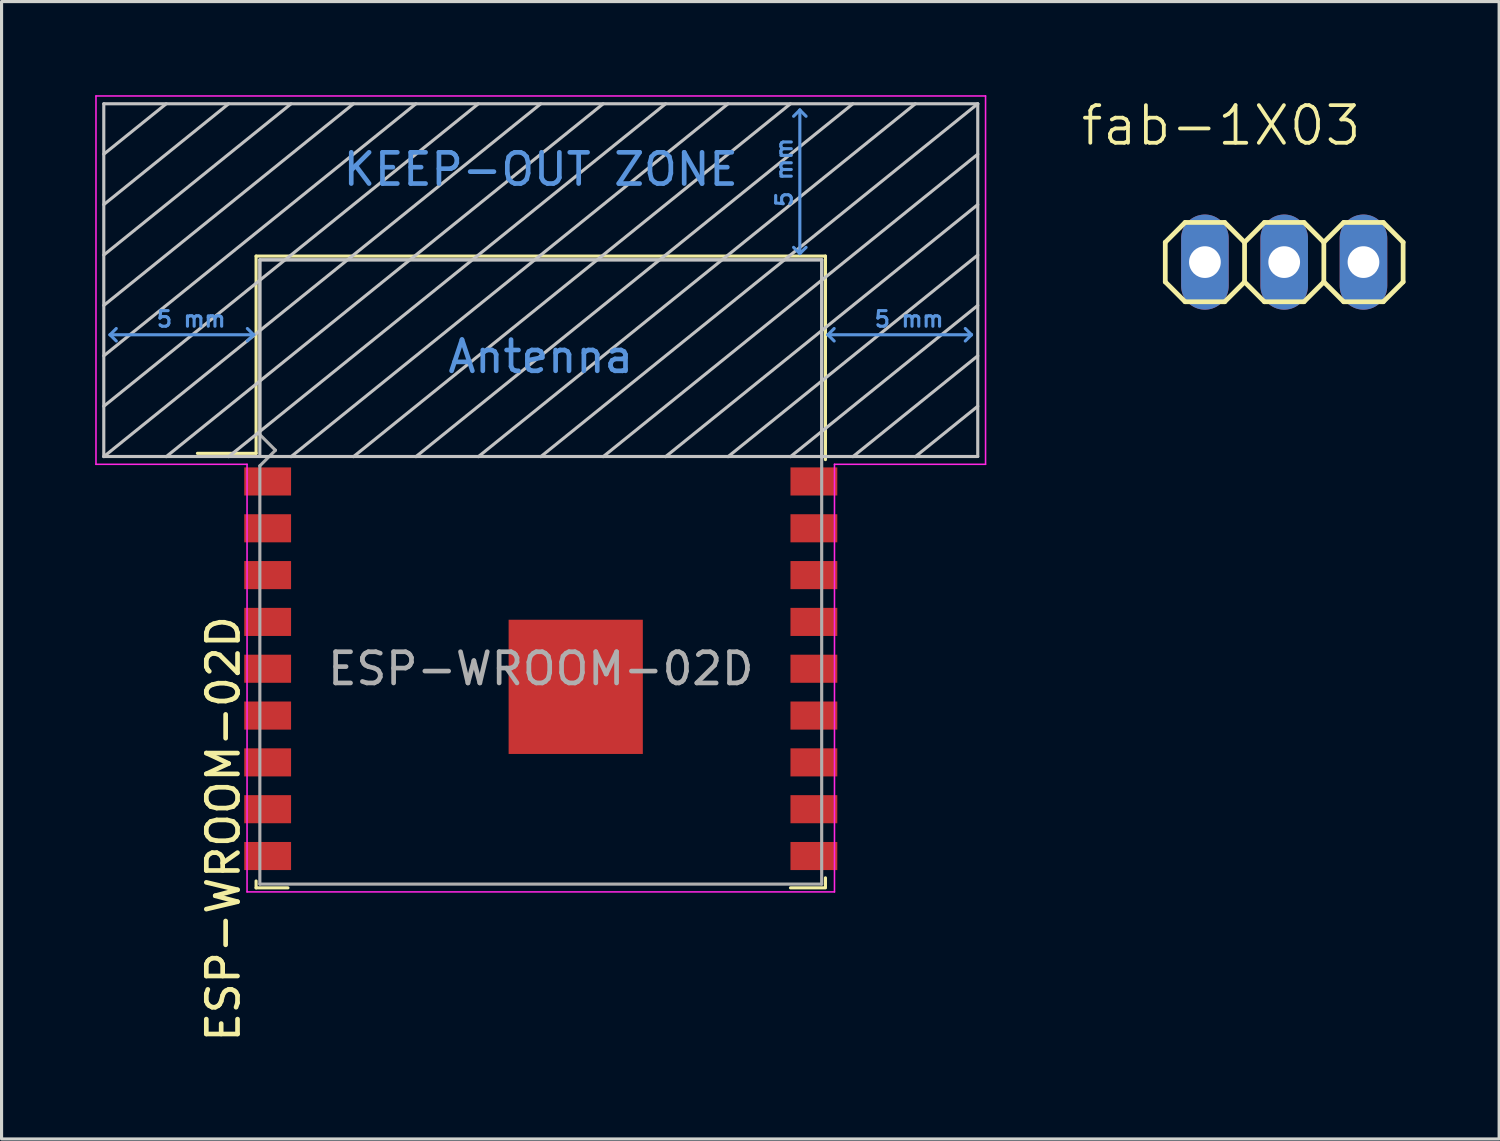
<source format=kicad_pcb>
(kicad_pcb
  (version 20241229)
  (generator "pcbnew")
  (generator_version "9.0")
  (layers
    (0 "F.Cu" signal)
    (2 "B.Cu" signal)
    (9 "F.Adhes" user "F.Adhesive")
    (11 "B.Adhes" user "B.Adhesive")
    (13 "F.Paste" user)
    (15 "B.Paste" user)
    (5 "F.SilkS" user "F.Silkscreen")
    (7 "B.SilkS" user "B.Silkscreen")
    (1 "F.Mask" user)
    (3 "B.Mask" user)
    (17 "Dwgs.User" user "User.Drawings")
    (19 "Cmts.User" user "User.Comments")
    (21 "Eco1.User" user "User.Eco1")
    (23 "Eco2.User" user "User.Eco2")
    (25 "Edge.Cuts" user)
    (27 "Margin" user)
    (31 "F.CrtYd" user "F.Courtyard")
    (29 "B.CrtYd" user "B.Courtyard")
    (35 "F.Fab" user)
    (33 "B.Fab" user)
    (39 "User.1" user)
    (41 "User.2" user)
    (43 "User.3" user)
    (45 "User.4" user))
  (footprint "fab-1X03"
    (layer "F.Cu")
    (at 38.093 5.347)
    (property "Reference" "fab-1X03" (at 2.54 -5.08 180) (layer "F.SilkS") (effects (font (size 1.206 1.206) (thickness 0.121)) (justify right top)))
    (attr through_hole)
    (fp_line (start -3.81 -0.635) (end -3.81 0.635) (stroke (width 0.152) (type solid)) (layer "F.SilkS"))
    (fp_line (start -3.81 0.635) (end -3.175 1.27) (stroke (width 0.152) (type solid)) (layer "F.SilkS"))
    (fp_line (start -3.175 -1.27) (end -3.81 -0.635) (stroke (width 0.152) (type solid)) (layer "F.SilkS"))
    (fp_line (start -3.175 -1.27) (end -1.905 -1.27) (stroke (width 0.152) (type solid)) (layer "F.SilkS"))
    (fp_line (start -1.905 -1.27) (end -1.27 -0.635) (stroke (width 0.152) (type solid)) (layer "F.SilkS"))
    (fp_line (start -1.905 1.27) (end -3.175 1.27) (stroke (width 0.152) (type solid)) (layer "F.SilkS"))
    (fp_line (start -1.27 -0.635) (end -1.27 0.635) (stroke (width 0.152) (type solid)) (layer "F.SilkS"))
    (fp_line (start -1.27 -0.635) (end -0.635 -1.27) (stroke (width 0.152) (type solid)) (layer "F.SilkS"))
    (fp_line (start -1.27 0.635) (end -1.905 1.27) (stroke (width 0.152) (type solid)) (layer "F.SilkS"))
    (fp_line (start -0.635 -1.27) (end 0.635 -1.27) (stroke (width 0.152) (type solid)) (layer "F.SilkS"))
    (fp_line (start -0.635 1.27) (end -1.27 0.635) (stroke (width 0.152) (type solid)) (layer "F.SilkS"))
    (fp_line (start 0.635 -1.27) (end 1.27 -0.635) (stroke (width 0.152) (type solid)) (layer "F.SilkS"))
    (fp_line (start 0.635 1.27) (end -0.635 1.27) (stroke (width 0.152) (type solid)) (layer "F.SilkS"))
    (fp_line (start 1.27 -0.635) (end 1.27 0.635) (stroke (width 0.152) (type solid)) (layer "F.SilkS"))
    (fp_line (start 1.27 -0.635) (end 1.905 -1.27) (stroke (width 0.152) (type solid)) (layer "F.SilkS"))
    (fp_line (start 1.27 0.635) (end 0.635 1.27) (stroke (width 0.152) (type solid)) (layer "F.SilkS"))
    (fp_line (start 1.905 -1.27) (end 3.175 -1.27) (stroke (width 0.152) (type solid)) (layer "F.SilkS"))
    (fp_line (start 1.905 1.27) (end 1.27 0.635) (stroke (width 0.152) (type solid)) (layer "F.SilkS"))
    (fp_line (start 3.175 -1.27) (end 3.81 -0.635) (stroke (width 0.152) (type solid)) (layer "F.SilkS"))
    (fp_line (start 3.175 1.27) (end 1.905 1.27) (stroke (width 0.152) (type solid)) (layer "F.SilkS"))
    (fp_line (start 3.81 -0.635) (end 3.81 0.635) (stroke (width 0.152) (type solid)) (layer "F.SilkS"))
    (fp_line (start 3.81 0.635) (end 3.175 1.27) (stroke (width 0.152) (type solid)) (layer "F.SilkS"))
    (fp_poly (pts (xy -2.794 0.254) (xy -2.286 0.254) (xy -2.286 -0.254) (xy -2.794 -0.254)) (stroke (width 0.1) (type solid)) (fill no) (layer "F.Fab"))
    (fp_poly (pts (xy -0.254 0.254) (xy 0.254 0.254) (xy 0.254 -0.254) (xy -0.254 -0.254)) (stroke (width 0.1) (type solid)) (fill no) (layer "F.Fab"))
    (fp_poly (pts (xy 2.286 0.254) (xy 2.794 0.254) (xy 2.794 -0.254) (xy 2.286 -0.254)) (stroke (width 0.1) (type solid)) (fill no) (layer "F.Fab"))
    (pad "1" thru_hole oval (at -2.54 0 90) (size 3.048 1.524) (drill 1.016) (layers "*.Cu" "*.Mask"))
    (pad "2" thru_hole oval (at 0 0 90) (size 3.048 1.524) (drill 1.016) (layers "*.Cu" "*.Mask"))
    (pad "3" thru_hole oval (at 2.54 0 90) (size 3.048 1.524) (drill 1.016) (layers "*.Cu" "*.Mask")))
  (footprint "ESP-WROOM-02D"
    (layer "F.Cu")
    (at 14.275 18.375)
    (property "Reference" "ESP-WROOM-02D" (at -10.17 5.13 90) (layer "F.SilkS") (effects (font (size 1 1) (thickness 0.15))))
    (attr smd)
    (fp_line (start -9.12 -13.22) (end -9.12 -6.9) (stroke (width 0.1) (type solid)) (layer "F.SilkS"))
    (fp_line (start -9.12 -13.22) (end 9.12 -13.22) (stroke (width 0.1) (type solid)) (layer "F.SilkS"))
    (fp_line (start -9.12 -6.9) (end -11 -6.9) (stroke (width 0.1) (type solid)) (layer "F.SilkS"))
    (fp_line (start -9.12 6.8) (end -9.12 7.02) (stroke (width 0.1) (type solid)) (layer "F.SilkS"))
    (fp_line (start -9.12 7.02) (end -8.1 7.02) (stroke (width 0.1) (type solid)) (layer "F.SilkS"))
    (fp_line (start 8 7.02) (end 9.12 7.02) (stroke (width 0.1) (type solid)) (layer "F.SilkS"))
    (fp_line (start 9.12 -13.22) (end 9.12 -6.7) (stroke (width 0.1) (type solid)) (layer "F.SilkS"))
    (fp_line (start 9.12 6.7) (end 9.12 7) (stroke (width 0.1) (type solid)) (layer "F.SilkS"))
    (fp_line (start -14 -6.8) (end -14 -18.1) (stroke (width 0.1) (type solid)) (layer "Dwgs.User"))
    (fp_line (start -12 -18.1) (end -14 -16.485) (stroke (width 0.1) (type solid)) (layer "Dwgs.User"))
    (fp_line (start -10 -18.1) (end -14 -14.87) (stroke (width 0.1) (type solid)) (layer "Dwgs.User"))
    (fp_line (start -9 -13.1) (end 9 -13.1) (stroke (width 0.1) (type solid)) (layer "Dwgs.User"))
    (fp_line (start -9 -6.8) (end -9 -13.1) (stroke (width 0.1) (type solid)) (layer "Dwgs.User"))
    (fp_line (start -8 -18.1) (end -14 -13.255) (stroke (width 0.1) (type solid)) (layer "Dwgs.User"))
    (fp_line (start -8 -6.795) (end 6 -18.1) (stroke (width 0.1) (type solid)) (layer "Dwgs.User"))
    (fp_line (start -6 -18.1) (end -14 -11.64) (stroke (width 0.1) (type solid)) (layer "Dwgs.User"))
    (fp_line (start -4 -18.1) (end -14 -10.025) (stroke (width 0.1) (type solid)) (layer "Dwgs.User"))
    (fp_line (start -2 -18.1) (end -14 -8.41) (stroke (width 0.1) (type solid)) (layer "Dwgs.User"))
    (fp_line (start 0 -18.1) (end -14 -6.795) (stroke (width 0.1) (type solid)) (layer "Dwgs.User"))
    (fp_line (start 2 -18.1) (end -12 -6.795) (stroke (width 0.1) (type solid)) (layer "Dwgs.User"))
    (fp_line (start 4 -18.1) (end -10 -6.795) (stroke (width 0.1) (type solid)) (layer "Dwgs.User"))
    (fp_line (start 8 -18.1) (end -6 -6.795) (stroke (width 0.1) (type solid)) (layer "Dwgs.User"))
    (fp_line (start 9 -13.1) (end 9 -6.78) (stroke (width 0.1) (type solid)) (layer "Dwgs.User"))
    (fp_line (start 10 -18.1) (end -4 -6.795) (stroke (width 0.1) (type solid)) (layer "Dwgs.User"))
    (fp_line (start 12 -18.1) (end -2 -6.795) (stroke (width 0.1) (type solid)) (layer "Dwgs.User"))
    (fp_line (start 14 -18.1) (end -14 -18.1) (stroke (width 0.1) (type solid)) (layer "Dwgs.User"))
    (fp_line (start 14 -18.1) (end 0 -6.795) (stroke (width 0.1) (type solid)) (layer "Dwgs.User"))
    (fp_line (start 14 -16.485) (end 2 -6.795) (stroke (width 0.1) (type solid)) (layer "Dwgs.User"))
    (fp_line (start 14 -14.87) (end 4 -6.795) (stroke (width 0.1) (type solid)) (layer "Dwgs.User"))
    (fp_line (start 14 -13.255) (end 6 -6.795) (stroke (width 0.1) (type solid)) (layer "Dwgs.User"))
    (fp_line (start 14 -11.64) (end 8 -6.795) (stroke (width 0.1) (type solid)) (layer "Dwgs.User"))
    (fp_line (start 14 -10.025) (end 10 -6.795) (stroke (width 0.1) (type solid)) (layer "Dwgs.User"))
    (fp_line (start 14 -8.41) (end 12 -6.795) (stroke (width 0.1) (type solid)) (layer "Dwgs.User"))
    (fp_line (start 14 -6.8) (end -14 -6.8) (stroke (width 0.1) (type solid)) (layer "Dwgs.User"))
    (fp_line (start 14 -6.8) (end 14 -18.1) (stroke (width 0.1) (type solid)) (layer "Dwgs.User"))
    (fp_line (start -13.8 -10.7) (end -13.6 -10.9) (stroke (width 0.1) (type solid)) (layer "Cmts.User"))
    (fp_line (start -13.8 -10.7) (end -13.6 -10.5) (stroke (width 0.1) (type solid)) (layer "Cmts.User"))
    (fp_line (start -13.8 -10.7) (end -9.2 -10.7) (stroke (width 0.1) (type solid)) (layer "Cmts.User"))
    (fp_line (start -9.2 -10.7) (end -9.4 -10.9) (stroke (width 0.1) (type solid)) (layer "Cmts.User"))
    (fp_line (start -9.2 -10.7) (end -9.4 -10.5) (stroke (width 0.1) (type solid)) (layer "Cmts.User"))
    (fp_line (start 8.3 -17.9) (end 8.1 -17.7) (stroke (width 0.1) (type solid)) (layer "Cmts.User"))
    (fp_line (start 8.3 -17.9) (end 8.5 -17.7) (stroke (width 0.1) (type solid)) (layer "Cmts.User"))
    (fp_line (start 8.3 -13.3) (end 8.1 -13.5) (stroke (width 0.1) (type solid)) (layer "Cmts.User"))
    (fp_line (start 8.3 -13.3) (end 8.3 -17.9) (stroke (width 0.1) (type solid)) (layer "Cmts.User"))
    (fp_line (start 8.3 -13.3) (end 8.5 -13.5) (stroke (width 0.1) (type solid)) (layer "Cmts.User"))
    (fp_line (start 9.2 -10.7) (end 9.4 -10.9) (stroke (width 0.1) (type solid)) (layer "Cmts.User"))
    (fp_line (start 9.2 -10.7) (end 9.4 -10.5) (stroke (width 0.1) (type solid)) (layer "Cmts.User"))
    (fp_line (start 9.2 -10.7) (end 13.8 -10.7) (stroke (width 0.1) (type solid)) (layer "Cmts.User"))
    (fp_line (start 13.8 -10.7) (end 13.6 -10.9) (stroke (width 0.1) (type solid)) (layer "Cmts.User"))
    (fp_line (start 13.8 -10.7) (end 13.6 -10.5) (stroke (width 0.1) (type solid)) (layer "Cmts.User"))
    (fp_line (start -14.25 -18.35) (end -14.25 -6.55) (stroke (width 0.05) (type solid)) (layer "F.CrtYd"))
    (fp_line (start -14.25 -18.35) (end 14.25 -18.35) (stroke (width 0.05) (type solid)) (layer "F.CrtYd"))
    (fp_line (start -14.25 -6.55) (end -9.41 -6.55) (stroke (width 0.05) (type solid)) (layer "F.CrtYd"))
    (fp_line (start -9.41 7.15) (end -9.41 -6.55) (stroke (width 0.05) (type solid)) (layer "F.CrtYd"))
    (fp_line (start -9.41 7.15) (end 9.41 7.15) (stroke (width 0.05) (type solid)) (layer "F.CrtYd"))
    (fp_line (start 9.41 -6.55) (end 9.41 7.15) (stroke (width 0.05) (type solid)) (layer "F.CrtYd"))
    (fp_line (start 9.41 -6.55) (end 14.25 -6.55) (stroke (width 0.05) (type solid)) (layer "F.CrtYd"))
    (fp_line (start 14.25 -18.35) (end 14.25 -6.55) (stroke (width 0.05) (type solid)) (layer "F.CrtYd"))
    (fp_line (start -9 -13.1) (end -9 -7.5) (stroke (width 0.1) (type solid)) (layer "F.Fab"))
    (fp_line (start -9 -13.1) (end 9 -13.1) (stroke (width 0.1) (type solid)) (layer "F.Fab"))
    (fp_line (start -9 -7.5) (end -8.5 -7) (stroke (width 0.1) (type solid)) (layer "F.Fab"))
    (fp_line (start -9 -6.5) (end -9 6.9) (stroke (width 0.1) (type solid)) (layer "F.Fab"))
    (fp_line (start -9 6.9) (end 9 6.9) (stroke (width 0.1) (type solid)) (layer "F.Fab"))
    (fp_line (start -8.5 -7) (end -9 -6.5) (stroke (width 0.1) (type solid)) (layer "F.Fab"))
    (fp_line (start 9 6.9) (end 9 -13.1) (stroke (width 0.1) (type solid)) (layer "F.Fab"))
    (fp_text user "Antenna" (at 0 -10 0) (layer "Cmts.User") (effects (font (size 1 1) (thickness 0.15))))
    (fp_text user "5 mm" (at 7.8 -15.9 90) (layer "Cmts.User") (effects (font (size 0.5 0.5) (thickness 0.1))))
    (fp_text user "KEEP-OUT ZONE" (at 0 -16 0) (layer "Cmts.User") (effects (font (size 1 1) (thickness 0.15))))
    (fp_text user "5 mm" (at 11.8 -11.2 0) (layer "Cmts.User") (effects (font (size 0.5 0.5) (thickness 0.1))))
    (fp_text user "5 mm" (at -11.2 -11.2 0) (layer "Cmts.User") (effects (font (size 0.5 0.5) (thickness 0.1))))
    (fp_text user "${REFERENCE}" (at 0 0 0) (layer "F.Fab") (effects (font (size 1 1) (thickness 0.15))))
    (pad "1" smd rect (at -8.75 -6) (size 1.5 0.9) (layers "F.Cu" "F.Mask" "F.Paste"))
    (pad "2" smd rect (at -8.75 -4.5) (size 1.5 0.9) (layers "F.Cu" "F.Mask" "F.Paste"))
    (pad "3" smd rect (at -8.75 -3) (size 1.5 0.9) (layers "F.Cu" "F.Mask" "F.Paste"))
    (pad "4" smd rect (at -8.75 -1.5) (size 1.5 0.9) (layers "F.Cu" "F.Mask" "F.Paste"))
    (pad "5" smd rect (at -8.75 0) (size 1.5 0.9) (layers "F.Cu" "F.Mask" "F.Paste"))
    (pad "6" smd rect (at -8.75 1.5) (size 1.5 0.9) (layers "F.Cu" "F.Mask" "F.Paste"))
    (pad "7" smd rect (at -8.75 3) (size 1.5 0.9) (layers "F.Cu" "F.Mask" "F.Paste"))
    (pad "8" smd rect (at -8.75 4.5) (size 1.5 0.9) (layers "F.Cu" "F.Mask" "F.Paste"))
    (pad "9" smd rect (at -8.75 6) (size 1.5 0.9) (layers "F.Cu" "F.Mask" "F.Paste"))
    (pad "10" smd rect (at 8.75 6) (size 1.5 0.9) (layers "F.Cu" "F.Mask" "F.Paste"))
    (pad "11" smd rect (at 8.75 4.5) (size 1.5 0.9) (layers "F.Cu" "F.Mask" "F.Paste"))
    (pad "12" smd rect (at 8.75 3) (size 1.5 0.9) (layers "F.Cu" "F.Mask" "F.Paste"))
    (pad "13" smd rect (at 8.75 1.5) (size 1.5 0.9) (layers "F.Cu" "F.Mask" "F.Paste"))
    (pad "14" smd rect (at 8.75 0) (size 1.5 0.9) (layers "F.Cu" "F.Mask" "F.Paste"))
    (pad "15" smd rect (at 8.75 -1.5) (size 1.5 0.9) (layers "F.Cu" "F.Mask" "F.Paste"))
    (pad "16" smd rect (at 8.75 -3) (size 1.5 0.9) (layers "F.Cu" "F.Mask" "F.Paste"))
    (pad "17" smd rect (at 8.75 -4.5) (size 1.5 0.9) (layers "F.Cu" "F.Mask" "F.Paste"))
    (pad "18" smd rect (at 8.75 -6) (size 1.5 0.9) (layers "F.Cu" "F.Mask" "F.Paste"))
    (pad "19" smd rect (at 1.12 0.58) (size 4.3 4.3) (layers "F.Cu" "F.Mask" "F.Paste")))
  (gr_rect
    (start -3 -3)
    (end 44.979 33.44)
    (stroke (width 0.1) (type default))
    (fill no)
    (layer "Edge.Cuts")))
</source>
